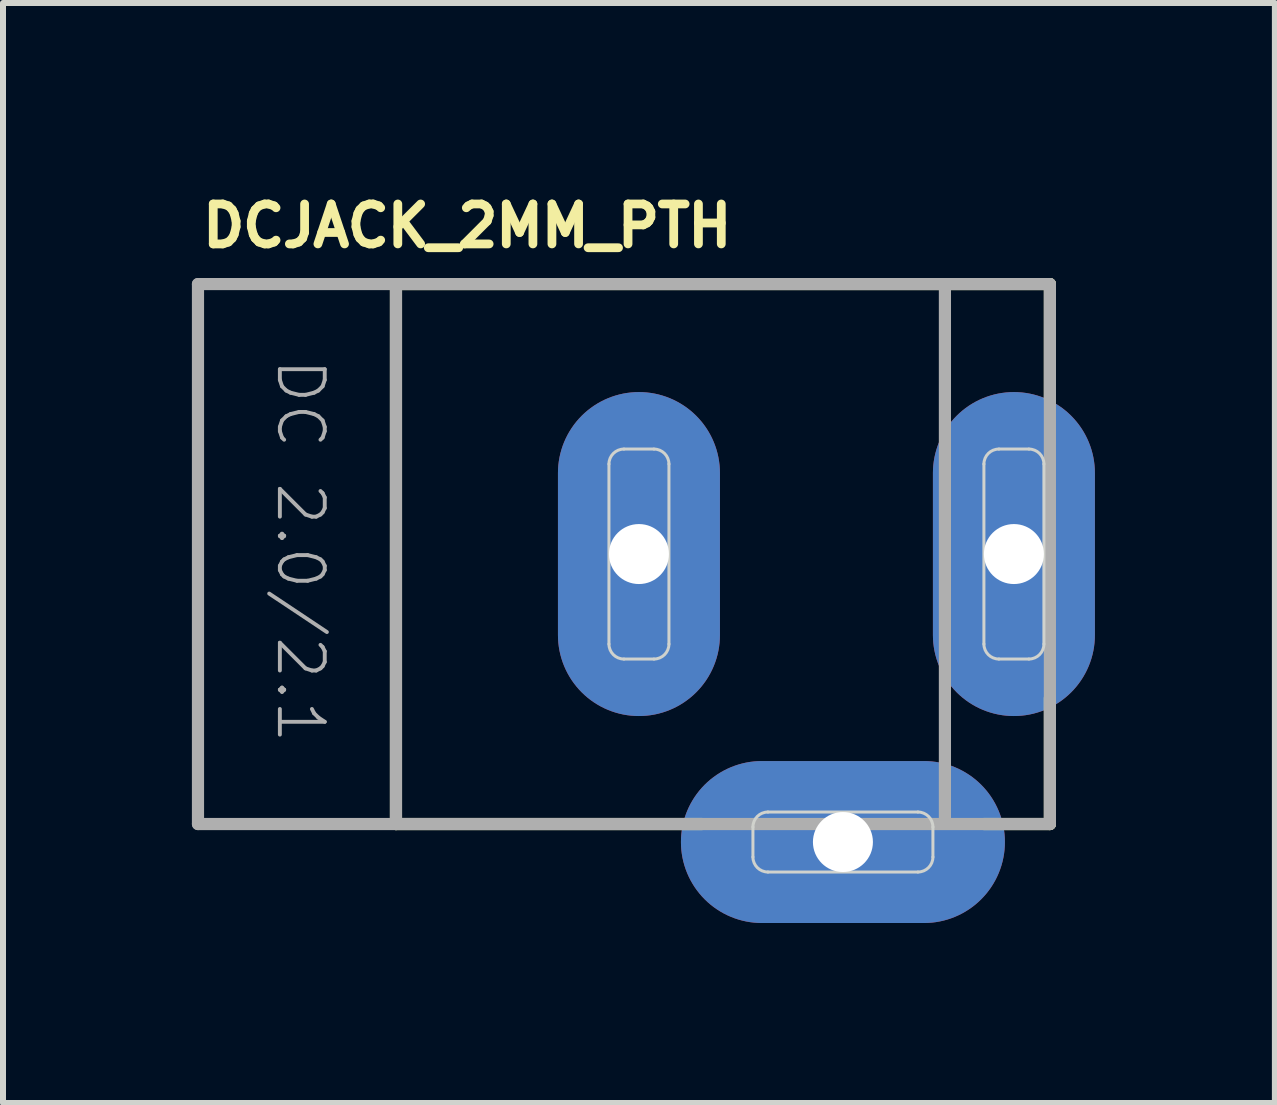
<source format=kicad_pcb>
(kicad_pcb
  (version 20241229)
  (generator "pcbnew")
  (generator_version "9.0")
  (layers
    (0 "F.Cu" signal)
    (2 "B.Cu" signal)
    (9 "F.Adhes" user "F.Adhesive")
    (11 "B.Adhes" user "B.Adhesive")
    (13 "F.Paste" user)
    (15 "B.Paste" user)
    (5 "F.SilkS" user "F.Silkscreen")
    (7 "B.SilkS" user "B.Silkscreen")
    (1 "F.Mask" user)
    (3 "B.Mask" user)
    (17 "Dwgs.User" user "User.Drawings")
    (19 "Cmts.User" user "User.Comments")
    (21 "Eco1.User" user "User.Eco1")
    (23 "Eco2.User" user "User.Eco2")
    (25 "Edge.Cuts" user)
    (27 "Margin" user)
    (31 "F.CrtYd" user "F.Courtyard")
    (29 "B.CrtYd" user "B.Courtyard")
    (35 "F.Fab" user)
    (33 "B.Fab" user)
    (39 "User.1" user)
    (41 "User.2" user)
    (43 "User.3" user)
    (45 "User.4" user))
  (footprint "DCJACK_2MM_PTH"
    (layer "F.Cu")
    (at 0.25 6.185)
    (property "Reference" "DCJACK_2MM_PTH" (at 0 -5.08 0) (unlocked yes) (layer "F.SilkS") (effects (font (size 0.666 0.666) (thickness 0.146)) (justify left bottom)))
    (fp_line (start 3.3 -4.5) (end 3.3 4.5) (stroke (width 0.203) (type solid)) (layer "F.SilkS"))
    (fp_line (start 3.3 -4.5) (end 14.2 -4.5) (stroke (width 0.203) (type solid)) (layer "F.SilkS"))
    (fp_line (start 3.3 4.5) (end 8.4 4.5) (stroke (width 0.203) (type solid)) (layer "F.SilkS"))
    (fp_line (start 14.2 -4.5) (end 14.2 -2.6) (stroke (width 0.203) (type solid)) (layer "F.SilkS"))
    (fp_line (start 14.2 4.5) (end 13.1 4.5) (stroke (width 0.203) (type solid)) (layer "F.SilkS"))
    (fp_line (start 14.2 4.5) (end 14.2 2.4) (stroke (width 0.203) (type solid)) (layer "F.SilkS"))
    (fp_line (start 6.85 1.5) (end 6.85 -1.5) (stroke (width 0.05) (type solid)) (layer "Edge.Cuts"))
    (fp_line (start 7.1 -1.75) (end 7.6 -1.75) (stroke (width 0.05) (type solid)) (layer "Edge.Cuts"))
    (fp_line (start 7.6 1.75) (end 7.1 1.75) (stroke (width 0.05) (type solid)) (layer "Edge.Cuts"))
    (fp_line (start 7.85 -1.5) (end 7.85 1.5) (stroke (width 0.05) (type solid)) (layer "Edge.Cuts"))
    (fp_line (start 9.25 5.05) (end 9.25 4.55) (stroke (width 0.05) (type solid)) (layer "Edge.Cuts"))
    (fp_line (start 9.5 4.3) (end 12 4.3) (stroke (width 0.05) (type solid)) (layer "Edge.Cuts"))
    (fp_line (start 12 5.3) (end 9.5 5.3) (stroke (width 0.05) (type solid)) (layer "Edge.Cuts"))
    (fp_line (start 12.25 4.55) (end 12.25 5.05) (stroke (width 0.05) (type solid)) (layer "Edge.Cuts"))
    (fp_line (start 13.1 1.5) (end 13.1 -1.5) (stroke (width 0.05) (type solid)) (layer "Edge.Cuts"))
    (fp_line (start 13.35 -1.75) (end 13.85 -1.75) (stroke (width 0.05) (type solid)) (layer "Edge.Cuts"))
    (fp_line (start 13.85 1.75) (end 13.35 1.75) (stroke (width 0.05) (type solid)) (layer "Edge.Cuts"))
    (fp_line (start 14.1 -1.5) (end 14.1 1.5) (stroke (width 0.05) (type solid)) (layer "Edge.Cuts"))
    (fp_arc (start 6.85 -1.5) (mid 6.923223 -1.676777) (end 7.1 -1.75) (stroke (width 0.05) (type solid)) (layer "Edge.Cuts"))
    (fp_arc (start 7.1 1.75) (mid 6.923223 1.676777) (end 6.85 1.5) (stroke (width 0.05) (type solid)) (layer "Edge.Cuts"))
    (fp_arc (start 7.6 -1.75) (mid 7.776777 -1.676777) (end 7.85 -1.5) (stroke (width 0.05) (type solid)) (layer "Edge.Cuts"))
    (fp_arc (start 7.85 1.5) (mid 7.776777 1.676777) (end 7.6 1.75) (stroke (width 0.05) (type solid)) (layer "Edge.Cuts"))
    (fp_arc (start 9.25 4.55) (mid 9.323223 4.373223) (end 9.5 4.3) (stroke (width 0.05) (type solid)) (layer "Edge.Cuts"))
    (fp_arc (start 9.5 5.3) (mid 9.323223 5.226777) (end 9.25 5.05) (stroke (width 0.05) (type solid)) (layer "Edge.Cuts"))
    (fp_arc (start 12 4.3) (mid 12.176777 4.373223) (end 12.25 4.55) (stroke (width 0.05) (type solid)) (layer "Edge.Cuts"))
    (fp_arc (start 12.25 5.05) (mid 12.176777 5.226777) (end 12 5.3) (stroke (width 0.05) (type solid)) (layer "Edge.Cuts"))
    (fp_arc (start 13.1 -1.5) (mid 13.173223 -1.676777) (end 13.35 -1.75) (stroke (width 0.05) (type solid)) (layer "Edge.Cuts"))
    (fp_arc (start 13.35 1.75) (mid 13.173223 1.676777) (end 13.1 1.5) (stroke (width 0.05) (type solid)) (layer "Edge.Cuts"))
    (fp_arc (start 13.85 -1.75) (mid 14.026777 -1.676777) (end 14.1 -1.5) (stroke (width 0.05) (type solid)) (layer "Edge.Cuts"))
    (fp_arc (start 14.1 1.5) (mid 14.026777 1.676777) (end 13.85 1.75) (stroke (width 0.05) (type solid)) (layer "Edge.Cuts"))
    (fp_line (start 0 4.5) (end 0 -4.5) (stroke (width 0.203) (type solid)) (layer "F.Fab"))
    (fp_line (start 0 4.5) (end 3.3 4.5) (stroke (width 0.203) (type solid)) (layer "F.Fab"))
    (fp_line (start 3.3 -4.5) (end 0 -4.5) (stroke (width 0.203) (type solid)) (layer "F.Fab"))
    (fp_line (start 3.3 -4.5) (end 3.3 4.5) (stroke (width 0.203) (type solid)) (layer "F.Fab"))
    (fp_line (start 3.3 -4.5) (end 12.45 -4.5) (stroke (width 0.203) (type solid)) (layer "F.Fab"))
    (fp_line (start 12.45 -4.5) (end 12.45 4.4) (stroke (width 0.203) (type solid)) (layer "F.Fab"))
    (fp_line (start 12.45 -4.5) (end 14.2 -4.5) (stroke (width 0.203) (type solid)) (layer "F.Fab"))
    (fp_line (start 14.2 -4.5) (end 14.2 4.5) (stroke (width 0.203) (type solid)) (layer "F.Fab"))
    (fp_line (start 14.2 4.5) (end 3.3 4.5) (stroke (width 0.203) (type solid)) (layer "F.Fab"))
    (fp_text user "DC 2.0/2.1" (at 1.27 -3.302 270) (unlocked yes) (layer "F.Fab") (effects (font (size 0.748 0.748) (thickness 0.065)) (justify left bottom)))
    (pad "GND" thru_hole oval (at 7.35 0 270) (size 5.4 2.7) (drill 1) (layers "*.Cu" "*.Mask"))
    (pad "GNDBREAK" thru_hole oval (at 10.75 4.8) (size 5.4 2.7) (drill 1) (layers "*.Cu" "*.Mask"))
    (pad "PWR" thru_hole oval (at 13.6 0 270) (size 5.4 2.7) (drill 1) (layers "*.Cu" "*.Mask")))
  (gr_rect
    (start -3 -3)
    (end 18.2 15.335)
    (stroke (width 0.1) (type default))
    (fill no)
    (layer "Edge.Cuts")))
</source>
